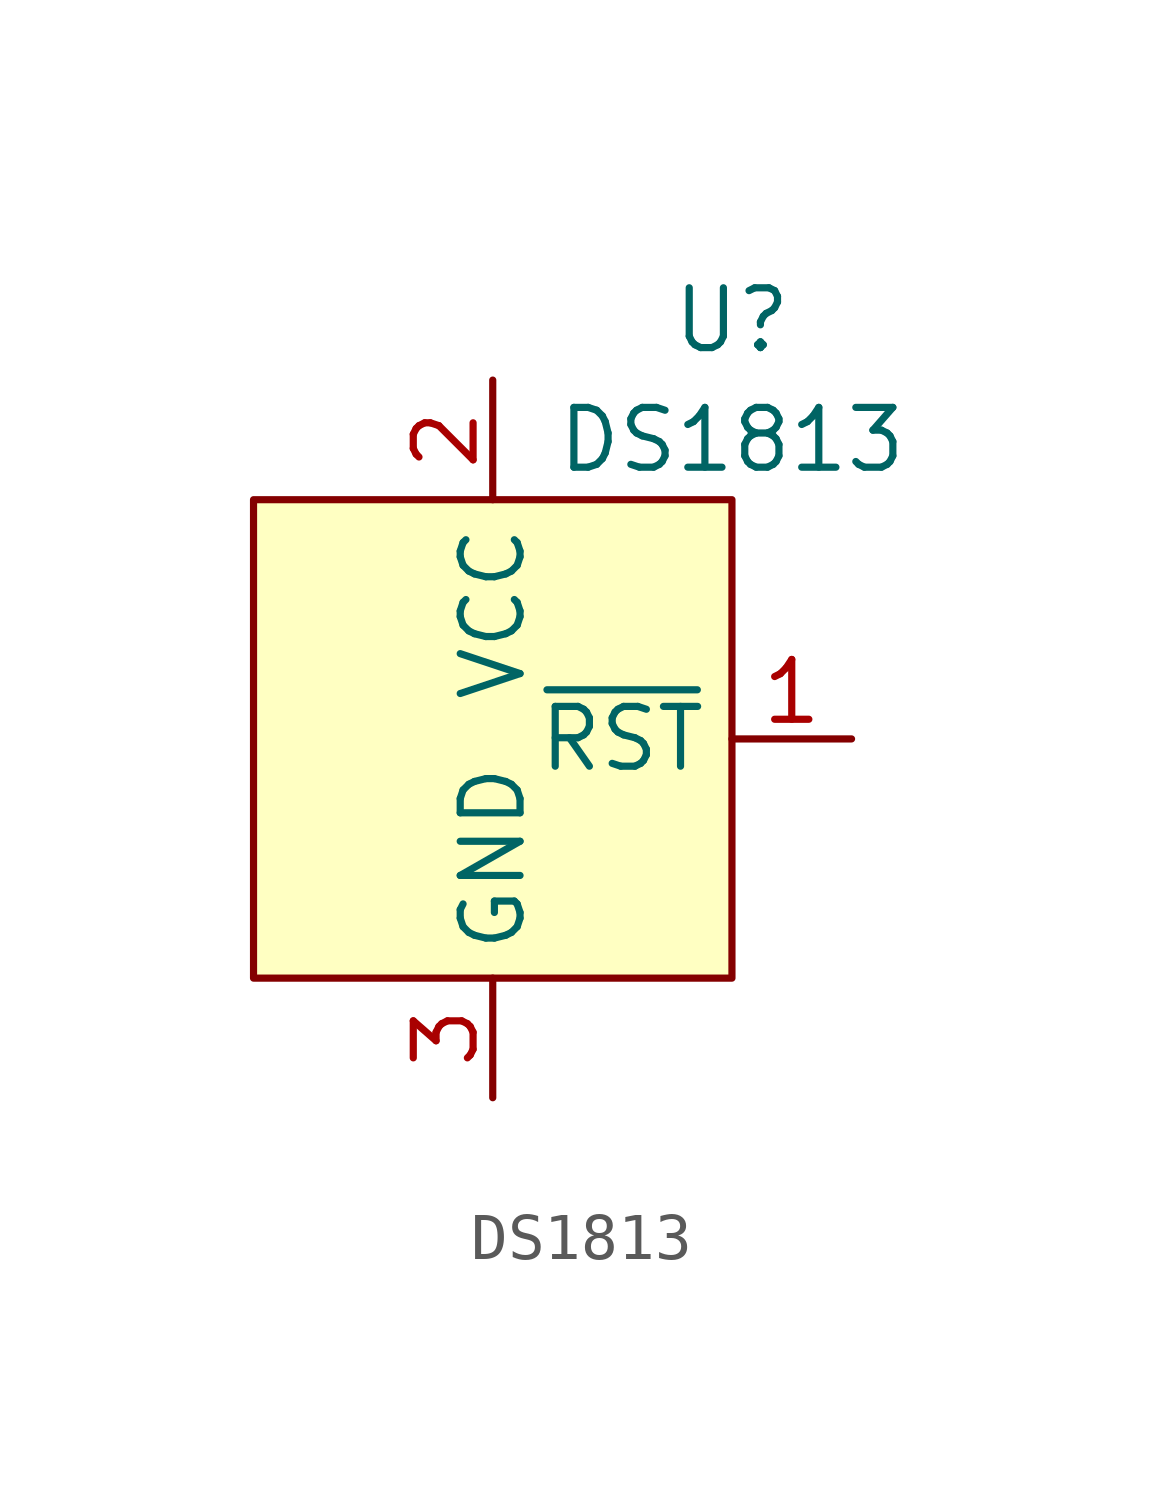
<source format=kicad_sym>
(kicad_symbol_lib
  (version 20211014)
  (generator kicad_symbol_editor)
  (symbol "DS1813"
    (property "Reference" "U"
      (at 5.08 8.89 0)
      (effects (font (size 1.27 1.27))))
    (property "Value" "DS1813"
      (at 5.08 6.35 0)
      (effects (font (size 1.27 1.27))))
    (symbol "DS1813_0_1"
      (rectangle (start 5.08 5.08) (end -5.08 -5.08) (stroke (width 0) (type default) (color 0 0 0 0)) (fill (type background))))
    (symbol "DS1813_1_1"
      (pin output line (at 7.62 0 180) (length 2.54) (name "~{RST}" (effects (font (size 1.27 1.27)))) (number "1" (effects (font (size 1.27 1.27)))))
      (pin power_in line (at 0 7.62 270) (length 2.54) (name "VCC" (effects (font (size 1.27 1.27)))) (number "2" (effects (font (size 1.27 1.27)))))
      (pin power_in line (at 0 -7.62 90) (length 2.54) (name "GND" (effects (font (size 1.27 1.27)))) (number "3" (effects (font (size 1.27 1.27))))))))
</source>
